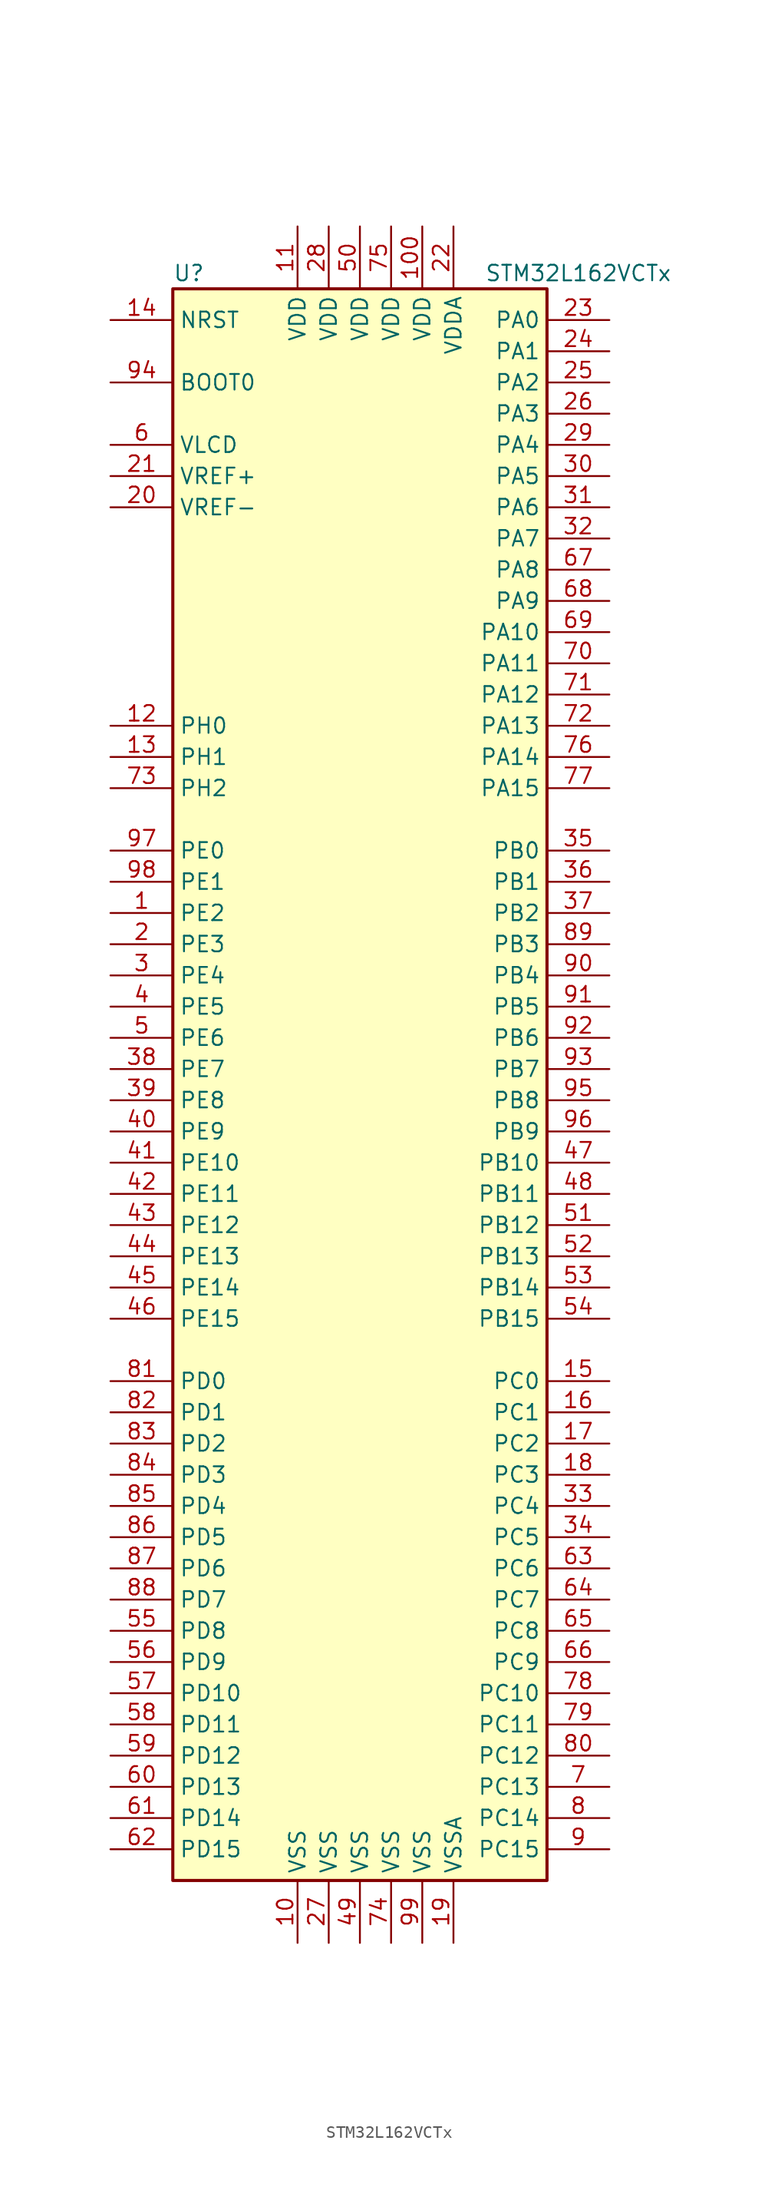
<source format=kicad_sym>
(kicad_symbol_lib
  (version 20201005)
  (generator kicad_symbol_editor)
  (symbol "STM32L162VCTx"
    (property "Reference" "U"
      (at -15.24 64.77 0)
      (effects (font (size 1.27 1.27)) (justify left)))
    (property "Value" "STM32L162VCTx"
      (at 10.16 64.77 0)
      (effects (font (size 1.27 1.27)) (justify left)))
    (symbol "STM32L162VCTx_0_1"
      (rectangle (start -15.24 -66.04) (end 15.24 63.5) (stroke (width 0.254)) (fill (type background))))
    (symbol "STM32L162VCTx_1_1"
      (pin bidirectional line (at -20.32 12.7 0) (length 5.08) (name "PE2" (effects (font (size 1.27 1.27)))) (number "1" (effects (font (size 1.27 1.27)))))
      (pin power_in line (at -5.08 -71.12 90) (length 5.08) (name "VSS" (effects (font (size 1.27 1.27)))) (number "10" (effects (font (size 1.27 1.27)))))
      (pin power_in line (at 5.08 68.58 270) (length 5.08) (name "VDD" (effects (font (size 1.27 1.27)))) (number "100" (effects (font (size 1.27 1.27)))))
      (pin power_in line (at -5.08 68.58 270) (length 5.08) (name "VDD" (effects (font (size 1.27 1.27)))) (number "11" (effects (font (size 1.27 1.27)))))
      (pin input line (at -20.32 27.94 0) (length 5.08) (name "PH0" (effects (font (size 1.27 1.27)))) (number "12" (effects (font (size 1.27 1.27)))))
      (pin input line (at -20.32 25.4 0) (length 5.08) (name "PH1" (effects (font (size 1.27 1.27)))) (number "13" (effects (font (size 1.27 1.27)))))
      (pin input line (at -20.32 60.96 0) (length 5.08) (name "NRST" (effects (font (size 1.27 1.27)))) (number "14" (effects (font (size 1.27 1.27)))))
      (pin bidirectional line (at 20.32 -25.4 180) (length 5.08) (name "PC0" (effects (font (size 1.27 1.27)))) (number "15" (effects (font (size 1.27 1.27)))))
      (pin bidirectional line (at 20.32 -27.94 180) (length 5.08) (name "PC1" (effects (font (size 1.27 1.27)))) (number "16" (effects (font (size 1.27 1.27)))))
      (pin bidirectional line (at 20.32 -30.48 180) (length 5.08) (name "PC2" (effects (font (size 1.27 1.27)))) (number "17" (effects (font (size 1.27 1.27)))))
      (pin bidirectional line (at 20.32 -33.02 180) (length 5.08) (name "PC3" (effects (font (size 1.27 1.27)))) (number "18" (effects (font (size 1.27 1.27)))))
      (pin power_in line (at 7.62 -71.12 90) (length 5.08) (name "VSSA" (effects (font (size 1.27 1.27)))) (number "19" (effects (font (size 1.27 1.27)))))
      (pin bidirectional line (at -20.32 10.16 0) (length 5.08) (name "PE3" (effects (font (size 1.27 1.27)))) (number "2" (effects (font (size 1.27 1.27)))))
      (pin power_in line (at -20.32 45.72 0) (length 5.08) (name "VREF-" (effects (font (size 1.27 1.27)))) (number "20" (effects (font (size 1.27 1.27)))))
      (pin power_in line (at -20.32 48.26 0) (length 5.08) (name "VREF+" (effects (font (size 1.27 1.27)))) (number "21" (effects (font (size 1.27 1.27)))))
      (pin power_in line (at 7.62 68.58 270) (length 5.08) (name "VDDA" (effects (font (size 1.27 1.27)))) (number "22" (effects (font (size 1.27 1.27)))))
      (pin bidirectional line (at 20.32 60.96 180) (length 5.08) (name "PA0" (effects (font (size 1.27 1.27)))) (number "23" (effects (font (size 1.27 1.27)))))
      (pin bidirectional line (at 20.32 58.42 180) (length 5.08) (name "PA1" (effects (font (size 1.27 1.27)))) (number "24" (effects (font (size 1.27 1.27)))))
      (pin bidirectional line (at 20.32 55.88 180) (length 5.08) (name "PA2" (effects (font (size 1.27 1.27)))) (number "25" (effects (font (size 1.27 1.27)))))
      (pin bidirectional line (at 20.32 53.34 180) (length 5.08) (name "PA3" (effects (font (size 1.27 1.27)))) (number "26" (effects (font (size 1.27 1.27)))))
      (pin power_in line (at -2.54 -71.12 90) (length 5.08) (name "VSS" (effects (font (size 1.27 1.27)))) (number "27" (effects (font (size 1.27 1.27)))))
      (pin power_in line (at -2.54 68.58 270) (length 5.08) (name "VDD" (effects (font (size 1.27 1.27)))) (number "28" (effects (font (size 1.27 1.27)))))
      (pin bidirectional line (at 20.32 50.8 180) (length 5.08) (name "PA4" (effects (font (size 1.27 1.27)))) (number "29" (effects (font (size 1.27 1.27)))))
      (pin bidirectional line (at -20.32 7.62 0) (length 5.08) (name "PE4" (effects (font (size 1.27 1.27)))) (number "3" (effects (font (size 1.27 1.27)))))
      (pin bidirectional line (at 20.32 48.26 180) (length 5.08) (name "PA5" (effects (font (size 1.27 1.27)))) (number "30" (effects (font (size 1.27 1.27)))))
      (pin bidirectional line (at 20.32 45.72 180) (length 5.08) (name "PA6" (effects (font (size 1.27 1.27)))) (number "31" (effects (font (size 1.27 1.27)))))
      (pin bidirectional line (at 20.32 43.18 180) (length 5.08) (name "PA7" (effects (font (size 1.27 1.27)))) (number "32" (effects (font (size 1.27 1.27)))))
      (pin bidirectional line (at 20.32 -35.56 180) (length 5.08) (name "PC4" (effects (font (size 1.27 1.27)))) (number "33" (effects (font (size 1.27 1.27)))))
      (pin bidirectional line (at 20.32 -38.1 180) (length 5.08) (name "PC5" (effects (font (size 1.27 1.27)))) (number "34" (effects (font (size 1.27 1.27)))))
      (pin bidirectional line (at 20.32 17.78 180) (length 5.08) (name "PB0" (effects (font (size 1.27 1.27)))) (number "35" (effects (font (size 1.27 1.27)))))
      (pin bidirectional line (at 20.32 15.24 180) (length 5.08) (name "PB1" (effects (font (size 1.27 1.27)))) (number "36" (effects (font (size 1.27 1.27)))))
      (pin bidirectional line (at 20.32 12.7 180) (length 5.08) (name "PB2" (effects (font (size 1.27 1.27)))) (number "37" (effects (font (size 1.27 1.27)))))
      (pin bidirectional line (at -20.32 0 0) (length 5.08) (name "PE7" (effects (font (size 1.27 1.27)))) (number "38" (effects (font (size 1.27 1.27)))))
      (pin bidirectional line (at -20.32 -2.54 0) (length 5.08) (name "PE8" (effects (font (size 1.27 1.27)))) (number "39" (effects (font (size 1.27 1.27)))))
      (pin bidirectional line (at -20.32 5.08 0) (length 5.08) (name "PE5" (effects (font (size 1.27 1.27)))) (number "4" (effects (font (size 1.27 1.27)))))
      (pin bidirectional line (at -20.32 -5.08 0) (length 5.08) (name "PE9" (effects (font (size 1.27 1.27)))) (number "40" (effects (font (size 1.27 1.27)))))
      (pin bidirectional line (at -20.32 -7.62 0) (length 5.08) (name "PE10" (effects (font (size 1.27 1.27)))) (number "41" (effects (font (size 1.27 1.27)))))
      (pin bidirectional line (at -20.32 -10.16 0) (length 5.08) (name "PE11" (effects (font (size 1.27 1.27)))) (number "42" (effects (font (size 1.27 1.27)))))
      (pin bidirectional line (at -20.32 -12.7 0) (length 5.08) (name "PE12" (effects (font (size 1.27 1.27)))) (number "43" (effects (font (size 1.27 1.27)))))
      (pin bidirectional line (at -20.32 -15.24 0) (length 5.08) (name "PE13" (effects (font (size 1.27 1.27)))) (number "44" (effects (font (size 1.27 1.27)))))
      (pin bidirectional line (at -20.32 -17.78 0) (length 5.08) (name "PE14" (effects (font (size 1.27 1.27)))) (number "45" (effects (font (size 1.27 1.27)))))
      (pin bidirectional line (at -20.32 -20.32 0) (length 5.08) (name "PE15" (effects (font (size 1.27 1.27)))) (number "46" (effects (font (size 1.27 1.27)))))
      (pin bidirectional line (at 20.32 -7.62 180) (length 5.08) (name "PB10" (effects (font (size 1.27 1.27)))) (number "47" (effects (font (size 1.27 1.27)))))
      (pin bidirectional line (at 20.32 -10.16 180) (length 5.08) (name "PB11" (effects (font (size 1.27 1.27)))) (number "48" (effects (font (size 1.27 1.27)))))
      (pin power_in line (at 0 -71.12 90) (length 5.08) (name "VSS" (effects (font (size 1.27 1.27)))) (number "49" (effects (font (size 1.27 1.27)))))
      (pin bidirectional line (at -20.32 2.54 0) (length 5.08) (name "PE6" (effects (font (size 1.27 1.27)))) (number "5" (effects (font (size 1.27 1.27)))))
      (pin power_in line (at 0 68.58 270) (length 5.08) (name "VDD" (effects (font (size 1.27 1.27)))) (number "50" (effects (font (size 1.27 1.27)))))
      (pin bidirectional line (at 20.32 -12.7 180) (length 5.08) (name "PB12" (effects (font (size 1.27 1.27)))) (number "51" (effects (font (size 1.27 1.27)))))
      (pin bidirectional line (at 20.32 -15.24 180) (length 5.08) (name "PB13" (effects (font (size 1.27 1.27)))) (number "52" (effects (font (size 1.27 1.27)))))
      (pin bidirectional line (at 20.32 -17.78 180) (length 5.08) (name "PB14" (effects (font (size 1.27 1.27)))) (number "53" (effects (font (size 1.27 1.27)))))
      (pin bidirectional line (at 20.32 -20.32 180) (length 5.08) (name "PB15" (effects (font (size 1.27 1.27)))) (number "54" (effects (font (size 1.27 1.27)))))
      (pin bidirectional line (at -20.32 -45.72 0) (length 5.08) (name "PD8" (effects (font (size 1.27 1.27)))) (number "55" (effects (font (size 1.27 1.27)))))
      (pin bidirectional line (at -20.32 -48.26 0) (length 5.08) (name "PD9" (effects (font (size 1.27 1.27)))) (number "56" (effects (font (size 1.27 1.27)))))
      (pin bidirectional line (at -20.32 -50.8 0) (length 5.08) (name "PD10" (effects (font (size 1.27 1.27)))) (number "57" (effects (font (size 1.27 1.27)))))
      (pin bidirectional line (at -20.32 -53.34 0) (length 5.08) (name "PD11" (effects (font (size 1.27 1.27)))) (number "58" (effects (font (size 1.27 1.27)))))
      (pin bidirectional line (at -20.32 -55.88 0) (length 5.08) (name "PD12" (effects (font (size 1.27 1.27)))) (number "59" (effects (font (size 1.27 1.27)))))
      (pin power_in line (at -20.32 50.8 0) (length 5.08) (name "VLCD" (effects (font (size 1.27 1.27)))) (number "6" (effects (font (size 1.27 1.27)))))
      (pin bidirectional line (at -20.32 -58.42 0) (length 5.08) (name "PD13" (effects (font (size 1.27 1.27)))) (number "60" (effects (font (size 1.27 1.27)))))
      (pin bidirectional line (at -20.32 -60.96 0) (length 5.08) (name "PD14" (effects (font (size 1.27 1.27)))) (number "61" (effects (font (size 1.27 1.27)))))
      (pin bidirectional line (at -20.32 -63.5 0) (length 5.08) (name "PD15" (effects (font (size 1.27 1.27)))) (number "62" (effects (font (size 1.27 1.27)))))
      (pin bidirectional line (at 20.32 -40.64 180) (length 5.08) (name "PC6" (effects (font (size 1.27 1.27)))) (number "63" (effects (font (size 1.27 1.27)))))
      (pin bidirectional line (at 20.32 -43.18 180) (length 5.08) (name "PC7" (effects (font (size 1.27 1.27)))) (number "64" (effects (font (size 1.27 1.27)))))
      (pin bidirectional line (at 20.32 -45.72 180) (length 5.08) (name "PC8" (effects (font (size 1.27 1.27)))) (number "65" (effects (font (size 1.27 1.27)))))
      (pin bidirectional line (at 20.32 -48.26 180) (length 5.08) (name "PC9" (effects (font (size 1.27 1.27)))) (number "66" (effects (font (size 1.27 1.27)))))
      (pin bidirectional line (at 20.32 40.64 180) (length 5.08) (name "PA8" (effects (font (size 1.27 1.27)))) (number "67" (effects (font (size 1.27 1.27)))))
      (pin bidirectional line (at 20.32 38.1 180) (length 5.08) (name "PA9" (effects (font (size 1.27 1.27)))) (number "68" (effects (font (size 1.27 1.27)))))
      (pin bidirectional line (at 20.32 35.56 180) (length 5.08) (name "PA10" (effects (font (size 1.27 1.27)))) (number "69" (effects (font (size 1.27 1.27)))))
      (pin bidirectional line (at 20.32 -58.42 180) (length 5.08) (name "PC13" (effects (font (size 1.27 1.27)))) (number "7" (effects (font (size 1.27 1.27)))))
      (pin bidirectional line (at 20.32 33.02 180) (length 5.08) (name "PA11" (effects (font (size 1.27 1.27)))) (number "70" (effects (font (size 1.27 1.27)))))
      (pin bidirectional line (at 20.32 30.48 180) (length 5.08) (name "PA12" (effects (font (size 1.27 1.27)))) (number "71" (effects (font (size 1.27 1.27)))))
      (pin bidirectional line (at 20.32 27.94 180) (length 5.08) (name "PA13" (effects (font (size 1.27 1.27)))) (number "72" (effects (font (size 1.27 1.27)))))
      (pin bidirectional line (at -20.32 22.86 0) (length 5.08) (name "PH2" (effects (font (size 1.27 1.27)))) (number "73" (effects (font (size 1.27 1.27)))))
      (pin power_in line (at 2.54 -71.12 90) (length 5.08) (name "VSS" (effects (font (size 1.27 1.27)))) (number "74" (effects (font (size 1.27 1.27)))))
      (pin power_in line (at 2.54 68.58 270) (length 5.08) (name "VDD" (effects (font (size 1.27 1.27)))) (number "75" (effects (font (size 1.27 1.27)))))
      (pin bidirectional line (at 20.32 25.4 180) (length 5.08) (name "PA14" (effects (font (size 1.27 1.27)))) (number "76" (effects (font (size 1.27 1.27)))))
      (pin bidirectional line (at 20.32 22.86 180) (length 5.08) (name "PA15" (effects (font (size 1.27 1.27)))) (number "77" (effects (font (size 1.27 1.27)))))
      (pin bidirectional line (at 20.32 -50.8 180) (length 5.08) (name "PC10" (effects (font (size 1.27 1.27)))) (number "78" (effects (font (size 1.27 1.27)))))
      (pin bidirectional line (at 20.32 -53.34 180) (length 5.08) (name "PC11" (effects (font (size 1.27 1.27)))) (number "79" (effects (font (size 1.27 1.27)))))
      (pin bidirectional line (at 20.32 -60.96 180) (length 5.08) (name "PC14" (effects (font (size 1.27 1.27)))) (number "8" (effects (font (size 1.27 1.27)))))
      (pin bidirectional line (at 20.32 -55.88 180) (length 5.08) (name "PC12" (effects (font (size 1.27 1.27)))) (number "80" (effects (font (size 1.27 1.27)))))
      (pin bidirectional line (at -20.32 -25.4 0) (length 5.08) (name "PD0" (effects (font (size 1.27 1.27)))) (number "81" (effects (font (size 1.27 1.27)))))
      (pin bidirectional line (at -20.32 -27.94 0) (length 5.08) (name "PD1" (effects (font (size 1.27 1.27)))) (number "82" (effects (font (size 1.27 1.27)))))
      (pin bidirectional line (at -20.32 -30.48 0) (length 5.08) (name "PD2" (effects (font (size 1.27 1.27)))) (number "83" (effects (font (size 1.27 1.27)))))
      (pin bidirectional line (at -20.32 -33.02 0) (length 5.08) (name "PD3" (effects (font (size 1.27 1.27)))) (number "84" (effects (font (size 1.27 1.27)))))
      (pin bidirectional line (at -20.32 -35.56 0) (length 5.08) (name "PD4" (effects (font (size 1.27 1.27)))) (number "85" (effects (font (size 1.27 1.27)))))
      (pin bidirectional line (at -20.32 -38.1 0) (length 5.08) (name "PD5" (effects (font (size 1.27 1.27)))) (number "86" (effects (font (size 1.27 1.27)))))
      (pin bidirectional line (at -20.32 -40.64 0) (length 5.08) (name "PD6" (effects (font (size 1.27 1.27)))) (number "87" (effects (font (size 1.27 1.27)))))
      (pin bidirectional line (at -20.32 -43.18 0) (length 5.08) (name "PD7" (effects (font (size 1.27 1.27)))) (number "88" (effects (font (size 1.27 1.27)))))
      (pin bidirectional line (at 20.32 10.16 180) (length 5.08) (name "PB3" (effects (font (size 1.27 1.27)))) (number "89" (effects (font (size 1.27 1.27)))))
      (pin bidirectional line (at 20.32 -63.5 180) (length 5.08) (name "PC15" (effects (font (size 1.27 1.27)))) (number "9" (effects (font (size 1.27 1.27)))))
      (pin bidirectional line (at 20.32 7.62 180) (length 5.08) (name "PB4" (effects (font (size 1.27 1.27)))) (number "90" (effects (font (size 1.27 1.27)))))
      (pin bidirectional line (at 20.32 5.08 180) (length 5.08) (name "PB5" (effects (font (size 1.27 1.27)))) (number "91" (effects (font (size 1.27 1.27)))))
      (pin bidirectional line (at 20.32 2.54 180) (length 5.08) (name "PB6" (effects (font (size 1.27 1.27)))) (number "92" (effects (font (size 1.27 1.27)))))
      (pin bidirectional line (at 20.32 0 180) (length 5.08) (name "PB7" (effects (font (size 1.27 1.27)))) (number "93" (effects (font (size 1.27 1.27)))))
      (pin input line (at -20.32 55.88 0) (length 5.08) (name "BOOT0" (effects (font (size 1.27 1.27)))) (number "94" (effects (font (size 1.27 1.27)))))
      (pin bidirectional line (at 20.32 -2.54 180) (length 5.08) (name "PB8" (effects (font (size 1.27 1.27)))) (number "95" (effects (font (size 1.27 1.27)))))
      (pin bidirectional line (at 20.32 -5.08 180) (length 5.08) (name "PB9" (effects (font (size 1.27 1.27)))) (number "96" (effects (font (size 1.27 1.27)))))
      (pin bidirectional line (at -20.32 17.78 0) (length 5.08) (name "PE0" (effects (font (size 1.27 1.27)))) (number "97" (effects (font (size 1.27 1.27)))))
      (pin bidirectional line (at -20.32 15.24 0) (length 5.08) (name "PE1" (effects (font (size 1.27 1.27)))) (number "98" (effects (font (size 1.27 1.27)))))
      (pin power_in line (at 5.08 -71.12 90) (length 5.08) (name "VSS" (effects (font (size 1.27 1.27)))) (number "99" (effects (font (size 1.27 1.27))))))))
</source>
